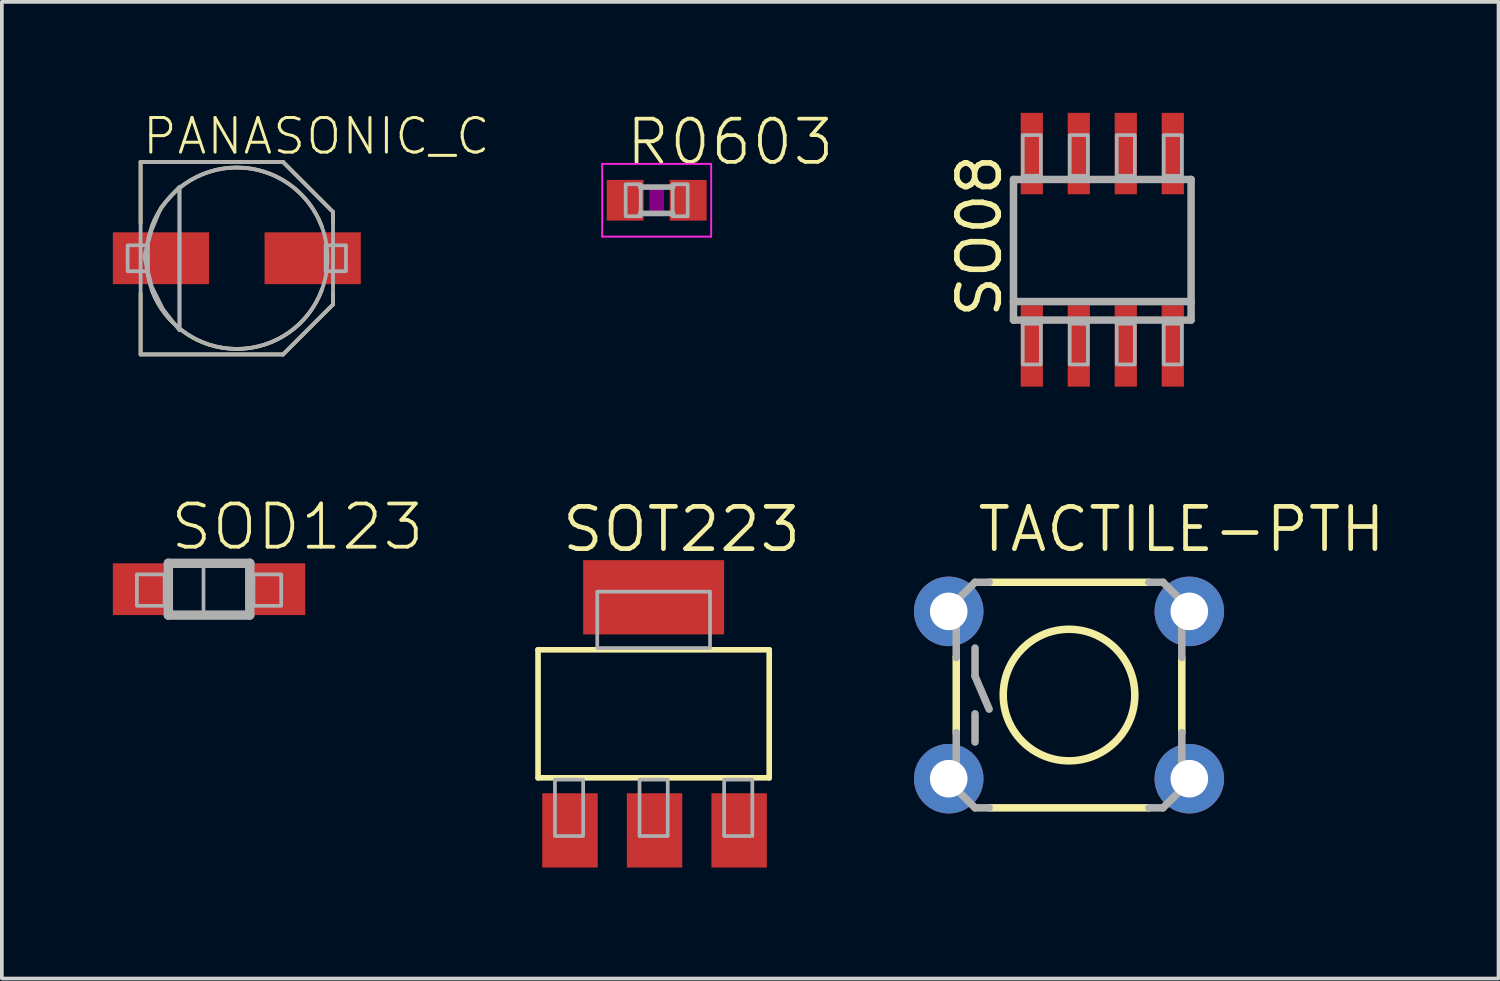
<source format=kicad_pcb>
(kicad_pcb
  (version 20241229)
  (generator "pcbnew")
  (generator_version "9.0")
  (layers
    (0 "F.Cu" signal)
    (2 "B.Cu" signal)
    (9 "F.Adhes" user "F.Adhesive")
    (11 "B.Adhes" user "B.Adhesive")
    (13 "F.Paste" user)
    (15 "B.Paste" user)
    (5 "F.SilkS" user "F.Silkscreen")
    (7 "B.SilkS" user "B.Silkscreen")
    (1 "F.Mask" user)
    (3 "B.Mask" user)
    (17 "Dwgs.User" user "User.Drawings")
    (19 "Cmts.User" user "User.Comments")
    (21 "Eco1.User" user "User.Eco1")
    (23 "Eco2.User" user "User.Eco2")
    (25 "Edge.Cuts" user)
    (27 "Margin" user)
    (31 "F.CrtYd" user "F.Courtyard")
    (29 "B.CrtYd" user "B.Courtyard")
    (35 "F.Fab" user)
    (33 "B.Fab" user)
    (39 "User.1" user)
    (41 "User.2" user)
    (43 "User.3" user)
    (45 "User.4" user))
  (footprint "PANASONIC_C"
    (layer "F.Cu")
    (at 3.35 3.929)
    (property "Reference" "PANASONIC_C" (at -2.6 -2.75 0) (unlocked yes) (layer "F.SilkS") (effects (font (size 0.935 0.935) (thickness 0.081)) (justify left bottom)))
    (fp_line (start -2.6 -2.6) (end 1.25 -2.6) (stroke (width 0.102) (type solid)) (layer "F.SilkS"))
    (fp_line (start -2.6 -0.95) (end -2.6 -2.6) (stroke (width 0.102) (type solid)) (layer "F.SilkS"))
    (fp_line (start -2.6 2.6) (end -2.6 0.95) (stroke (width 0.102) (type solid)) (layer "F.SilkS"))
    (fp_line (start 1.25 -2.6) (end 2.6 -1.25) (stroke (width 0.102) (type solid)) (layer "F.SilkS"))
    (fp_line (start 1.25 2.6) (end -2.6 2.6) (stroke (width 0.102) (type solid)) (layer "F.SilkS"))
    (fp_line (start 2.6 -1.25) (end 2.6 -0.95) (stroke (width 0.102) (type solid)) (layer "F.SilkS"))
    (fp_line (start 2.6 0.95) (end 2.6 1.25) (stroke (width 0.102) (type solid)) (layer "F.SilkS"))
    (fp_line (start 2.6 1.25) (end 1.25 2.6) (stroke (width 0.102) (type solid)) (layer "F.SilkS"))
    (fp_arc (start -2.3 -0.85) (mid 0 -2.45204) (end 2.3 -0.85) (stroke (width 0.1016) (type solid)) (layer "F.SilkS"))
    (fp_arc (start 2.3 0.85) (mid 0 2.45204) (end -2.3 0.85) (stroke (width 0.1016) (type solid)) (layer "F.SilkS"))
    (fp_line (start -2.6 -2.6) (end 1.25 -2.6) (stroke (width 0.102) (type solid)) (layer "F.Fab"))
    (fp_line (start -2.6 2.6) (end -2.6 -2.6) (stroke (width 0.102) (type solid)) (layer "F.Fab"))
    (fp_line (start -1.55 -1.85) (end -1.55 1.85) (stroke (width 0.102) (type solid)) (layer "F.Fab"))
    (fp_line (start 1.25 -2.6) (end 2.6 -1.25) (stroke (width 0.102) (type solid)) (layer "F.Fab"))
    (fp_line (start 1.25 2.6) (end -2.6 2.6) (stroke (width 0.102) (type solid)) (layer "F.Fab"))
    (fp_line (start 2.6 -1.25) (end 2.6 1.25) (stroke (width 0.102) (type solid)) (layer "F.Fab"))
    (fp_line (start 2.6 1.25) (end 1.25 2.6) (stroke (width 0.102) (type solid)) (layer "F.Fab"))
    (fp_circle (center 0 0) (end 2.45 0) (stroke (width 0.102) (type solid)) (fill no) (layer "F.Fab"))
    (fp_poly (pts (xy -2.95 0.35) (xy -2.4 0.35) (xy -2.4 -0.35) (xy -2.95 -0.35)) (stroke (width 0.1) (type default)) (fill no) (layer "F.Fab"))
    (fp_poly (pts (xy 2.4 0.35) (xy 2.95 0.35) (xy 2.95 -0.35) (xy 2.4 -0.35)) (stroke (width 0.1) (type default)) (fill no) (layer "F.Fab"))
    (fp_poly (pts (xy -1.549 1.948) (xy -1.993 1.377) (xy -2.298 0.768) (xy -2.503 -0.051) (xy -2.298 -0.767) (xy -2.044 -1.377) (xy -1.549 -1.934)) (stroke (width 0.1) (type default)) (fill no) (layer "F.Fab"))
    (pad "+" smd rect (at 2.05 0) (size 2.6 1.4) (layers "F.Cu" "F.Mask" "F.Paste"))
    (pad "-" smd rect (at -2.05 0) (size 2.6 1.4) (layers "F.Cu" "F.Mask" "F.Paste")))
  (footprint "SOT223"
    (layer "F.Cu")
    (at 14.615 16.242)
    (property "Reference" "SOT223" (at -2.54 -4.318 0) (unlocked yes) (layer "F.SilkS") (effects (font (size 1.143 1.143) (thickness 0.127)) (justify left bottom)))
    (fp_line (start -3.124 -1.731) (end -3.124 1.729) (stroke (width 0.152) (type solid)) (layer "F.SilkS"))
    (fp_line (start -3.124 -1.731) (end 3.124 -1.731) (stroke (width 0.152) (type solid)) (layer "F.SilkS"))
    (fp_line (start 3.124 1.729) (end -3.124 1.729) (stroke (width 0.152) (type solid)) (layer "F.SilkS"))
    (fp_line (start 3.124 1.729) (end 3.124 -1.731) (stroke (width 0.152) (type solid)) (layer "F.SilkS"))
    (fp_poly (pts (xy -2.667 3.302) (xy -1.905 3.302) (xy -1.905 1.778) (xy -2.667 1.778)) (stroke (width 0.1) (type default)) (fill no) (layer "F.Fab"))
    (fp_poly (pts (xy -1.524 -1.778) (xy 1.524 -1.778) (xy 1.524 -3.302) (xy -1.524 -3.302)) (stroke (width 0.1) (type default)) (fill no) (layer "F.Fab"))
    (fp_poly (pts (xy -0.381 3.302) (xy 0.381 3.302) (xy 0.381 1.778) (xy -0.381 1.778)) (stroke (width 0.1) (type default)) (fill no) (layer "F.Fab"))
    (fp_poly (pts (xy 1.905 3.302) (xy 2.667 3.302) (xy 2.667 1.778) (xy 1.905 1.778)) (stroke (width 0.1) (type default)) (fill no) (layer "F.Fab"))
    (pad "1" smd rect (at -2.261 3.15) (size 1.499 2.007) (layers "F.Cu" "F.Mask" "F.Paste"))
    (pad "2" smd rect (at 0.025 3.15) (size 1.499 2.007) (layers "F.Cu" "F.Mask" "F.Paste"))
    (pad "3" smd rect (at 2.311 3.15) (size 1.499 2.007) (layers "F.Cu" "F.Mask" "F.Paste"))
    (pad "4" smd rect (at 0 -3.15) (size 3.81 2.007) (layers "F.Cu" "F.Mask" "F.Paste")))
  (footprint "TACTILE-PTH"
    (layer "F.Cu")
    (at 25.841 15.734)
    (property "Reference" "TACTILE-PTH" (at -2.54 -3.81 0) (unlocked yes) (layer "F.SilkS") (effects (font (size 1.143 1.143) (thickness 0.127)) (justify left bottom)))
    (fp_line (start -3.048 -1.028) (end -3.048 1.016) (stroke (width 0.203) (type solid)) (layer "F.SilkS"))
    (fp_line (start -2.159 3.048) (end 2.159 3.048) (stroke (width 0.203) (type solid)) (layer "F.SilkS"))
    (fp_line (start 2.159 -3.048) (end -2.159 -3.048) (stroke (width 0.203) (type solid)) (layer "F.SilkS"))
    (fp_line (start 3.048 -0.998) (end 3.048 1.016) (stroke (width 0.203) (type solid)) (layer "F.SilkS"))
    (fp_circle (center 0 0) (end 1.778 0) (stroke (width 0.203) (type solid)) (fill no) (layer "F.SilkS"))
    (fp_line (start -3.048 -2.54) (end -3.048 -1.016) (stroke (width 0.203) (type solid)) (layer "F.Fab"))
    (fp_line (start -3.048 2.54) (end -3.048 1.016) (stroke (width 0.203) (type solid)) (layer "F.Fab"))
    (fp_line (start -2.54 -3.048) (end -3.048 -2.54) (stroke (width 0.203) (type solid)) (layer "F.Fab"))
    (fp_line (start -2.54 -3.048) (end -2.159 -3.048) (stroke (width 0.203) (type solid)) (layer "F.Fab"))
    (fp_line (start -2.54 -1.27) (end -2.54 -0.508) (stroke (width 0.203) (type solid)) (layer "F.Fab"))
    (fp_line (start -2.54 -0.508) (end -2.159 0.381) (stroke (width 0.203) (type solid)) (layer "F.Fab"))
    (fp_line (start -2.54 0.508) (end -2.54 1.27) (stroke (width 0.203) (type solid)) (layer "F.Fab"))
    (fp_line (start -2.54 3.048) (end -3.048 2.54) (stroke (width 0.203) (type solid)) (layer "F.Fab"))
    (fp_line (start -2.54 3.048) (end -2.159 3.048) (stroke (width 0.203) (type solid)) (layer "F.Fab"))
    (fp_line (start 2.54 -3.048) (end 2.159 -3.048) (stroke (width 0.203) (type solid)) (layer "F.Fab"))
    (fp_line (start 2.54 3.048) (end 2.159 3.048) (stroke (width 0.203) (type solid)) (layer "F.Fab"))
    (fp_line (start 2.54 3.048) (end 3.048 2.54) (stroke (width 0.203) (type solid)) (layer "F.Fab"))
    (fp_line (start 3.048 -2.54) (end 2.54 -3.048) (stroke (width 0.203) (type solid)) (layer "F.Fab"))
    (fp_line (start 3.048 -1.016) (end 3.048 -2.54) (stroke (width 0.203) (type solid)) (layer "F.Fab"))
    (fp_line (start 3.048 2.54) (end 3.048 1.016) (stroke (width 0.203) (type solid)) (layer "F.Fab"))
    (pad "1" thru_hole circle (at -3.251 -2.261) (size 1.88 1.88) (drill 1.016) (layers "*.Cu" "*.Mask"))
    (pad "2" thru_hole circle (at 3.251 -2.261) (size 1.88 1.88) (drill 1.016) (layers "*.Cu" "*.Mask"))
    (pad "3" thru_hole circle (at -3.251 2.261) (size 1.88 1.88) (drill 1.016) (layers "*.Cu" "*.Mask"))
    (pad "4" thru_hole circle (at 3.251 2.261) (size 1.88 1.88) (drill 1.016) (layers "*.Cu" "*.Mask")))
  (footprint "SOD123"
    (layer "F.Cu")
    (at 2.6 12.873)
    (property "Reference" "SOD123" (at -1.1 -1 0) (unlocked yes) (layer "F.SilkS") (effects (font (size 1.168 1.168) (thickness 0.102)) (justify left bottom)))
    (fp_line (start -1.1 -0.7) (end 1.1 -0.7) (stroke (width 0.254) (type solid)) (layer "F.Fab"))
    (fp_line (start -1.1 0.7) (end -1.1 -0.7) (stroke (width 0.254) (type solid)) (layer "F.Fab"))
    (fp_line (start 1.1 -0.7) (end 1.1 0.7) (stroke (width 0.254) (type solid)) (layer "F.Fab"))
    (fp_line (start 1.1 0.7) (end -1.1 0.7) (stroke (width 0.254) (type solid)) (layer "F.Fab"))
    (fp_poly (pts (xy -1.95 0.45) (xy -1.2 0.45) (xy -1.2 -0.4) (xy -1.95 -0.4)) (stroke (width 0.1) (type default)) (fill no) (layer "F.Fab"))
    (fp_poly (pts (xy -1.05 0.65) (xy -0.15 0.65) (xy -0.15 -0.7) (xy -1.05 -0.7)) (stroke (width 0.1) (type default)) (fill no) (layer "F.Fab"))
    (fp_poly (pts (xy 1.2 0.45) (xy 1.95 0.45) (xy 1.95 -0.4) (xy 1.2 -0.4)) (stroke (width 0.1) (type default)) (fill no) (layer "F.Fab"))
    (pad "A" smd rect (at 1.9 0) (size 1.4 1.4) (layers "F.Cu" "F.Mask" "F.Paste"))
    (pad "C" smd rect (at -1.9 0) (size 1.4 1.4) (layers "F.Cu" "F.Mask" "F.Paste")))
  (footprint "SO08"
    (layer "F.Cu")
    (at 26.74 3.7)
    (property "Reference" "SO08" (at -2.667 1.905 90) (unlocked yes) (layer "F.SilkS") (effects (font (size 1.118 1.118) (thickness 0.152)) (justify left bottom)))
    (fp_line (start -2.4 -1.9) (end 2.4 -1.9) (stroke (width 0.203) (type solid)) (layer "F.Fab"))
    (fp_line (start -2.4 1.4) (end -2.4 -1.9) (stroke (width 0.203) (type solid)) (layer "F.Fab"))
    (fp_line (start -2.4 1.9) (end -2.4 1.4) (stroke (width 0.203) (type solid)) (layer "F.Fab"))
    (fp_line (start 2.4 -1.9) (end 2.4 1.4) (stroke (width 0.203) (type solid)) (layer "F.Fab"))
    (fp_line (start 2.4 1.4) (end -2.4 1.4) (stroke (width 0.203) (type solid)) (layer "F.Fab"))
    (fp_line (start 2.4 1.4) (end 2.4 1.9) (stroke (width 0.203) (type solid)) (layer "F.Fab"))
    (fp_line (start 2.4 1.9) (end -2.4 1.9) (stroke (width 0.203) (type solid)) (layer "F.Fab"))
    (fp_poly (pts (xy -2.15 -2) (xy -1.66 -2) (xy -1.66 -3.1) (xy -2.15 -3.1)) (stroke (width 0.1) (type default)) (fill no) (layer "F.Fab"))
    (fp_poly (pts (xy -2.15 3.1) (xy -1.66 3.1) (xy -1.66 2) (xy -2.15 2)) (stroke (width 0.1) (type default)) (fill no) (layer "F.Fab"))
    (fp_poly (pts (xy -0.88 -2) (xy -0.39 -2) (xy -0.39 -3.1) (xy -0.88 -3.1)) (stroke (width 0.1) (type default)) (fill no) (layer "F.Fab"))
    (fp_poly (pts (xy -0.88 3.1) (xy -0.39 3.1) (xy -0.39 2) (xy -0.88 2)) (stroke (width 0.1) (type default)) (fill no) (layer "F.Fab"))
    (fp_poly (pts (xy 0.39 -2) (xy 0.88 -2) (xy 0.88 -3.1) (xy 0.39 -3.1)) (stroke (width 0.1) (type default)) (fill no) (layer "F.Fab"))
    (fp_poly (pts (xy 0.39 3.1) (xy 0.88 3.1) (xy 0.88 2) (xy 0.39 2)) (stroke (width 0.1) (type default)) (fill no) (layer "F.Fab"))
    (fp_poly (pts (xy 1.66 -2) (xy 2.15 -2) (xy 2.15 -3.1) (xy 1.66 -3.1)) (stroke (width 0.1) (type default)) (fill no) (layer "F.Fab"))
    (fp_poly (pts (xy 1.66 3.1) (xy 2.15 3.1) (xy 2.15 2) (xy 1.66 2)) (stroke (width 0.1) (type default)) (fill no) (layer "F.Fab"))
    (pad "1" smd rect (at -1.905 2.6) (size 0.6 2.2) (layers "F.Cu" "F.Mask" "F.Paste"))
    (pad "2" smd rect (at -0.635 2.6) (size 0.6 2.2) (layers "F.Cu" "F.Mask" "F.Paste"))
    (pad "3" smd rect (at 0.635 2.6) (size 0.6 2.2) (layers "F.Cu" "F.Mask" "F.Paste"))
    (pad "4" smd rect (at 1.905 2.6) (size 0.6 2.2) (layers "F.Cu" "F.Mask" "F.Paste"))
    (pad "5" smd rect (at 1.905 -2.6) (size 0.6 2.2) (layers "F.Cu" "F.Mask" "F.Paste"))
    (pad "6" smd rect (at 0.635 -2.6) (size 0.6 2.2) (layers "F.Cu" "F.Mask" "F.Paste"))
    (pad "7" smd rect (at -0.635 -2.6) (size 0.6 2.2) (layers "F.Cu" "F.Mask" "F.Paste"))
    (pad "8" smd rect (at -1.905 -2.6) (size 0.6 2.2) (layers "F.Cu" "F.Mask" "F.Paste")))
  (footprint "R0603"
    (layer "F.Cu")
    (at 14.697 2.362)
    (property "Reference" "R0603" (at -0.889 -0.889 0) (unlocked yes) (layer "F.SilkS") (effects (font (size 1.168 1.168) (thickness 0.102)) (justify left bottom)))
    (fp_poly (pts (xy -0.2 0.4) (xy 0.2 0.4) (xy 0.2 -0.4) (xy -0.2 -0.4)) (stroke (width 0) (type default)) (fill yes) (layer "F.Adhes"))
    (fp_line (start -1.473 -0.983) (end 1.473 -0.983) (stroke (width 0.051) (type solid)) (layer "F.CrtYd"))
    (fp_line (start -1.473 0.983) (end -1.473 -0.983) (stroke (width 0.051) (type solid)) (layer "F.CrtYd"))
    (fp_line (start 1.473 -0.983) (end 1.473 0.983) (stroke (width 0.051) (type solid)) (layer "F.CrtYd"))
    (fp_line (start 1.473 0.983) (end -1.473 0.983) (stroke (width 0.051) (type solid)) (layer "F.CrtYd"))
    (fp_line (start -0.432 0.356) (end 0.432 0.356) (stroke (width 0.152) (type solid)) (layer "F.Fab"))
    (fp_line (start 0.432 -0.356) (end -0.432 -0.356) (stroke (width 0.152) (type solid)) (layer "F.Fab"))
    (fp_poly (pts (xy -0.838 0.432) (xy -0.432 0.432) (xy -0.432 -0.432) (xy -0.838 -0.432)) (stroke (width 0.1) (type default)) (fill no) (layer "F.Fab"))
    (fp_poly (pts (xy 0.432 0.432) (xy 0.838 0.432) (xy 0.838 -0.432) (xy 0.432 -0.432)) (stroke (width 0.1) (type default)) (fill no) (layer "F.Fab"))
    (pad "1" smd rect (at -0.85 0) (size 1 1.1) (layers "F.Cu" "F.Mask" "F.Paste"))
    (pad "2" smd rect (at 0.85 0) (size 1 1.1) (layers "F.Cu" "F.Mask" "F.Paste")))
  (gr_rect
    (start -3 -3)
    (end 37.448 23.395)
    (stroke (width 0.1) (type default))
    (fill no)
    (layer "Edge.Cuts")))
</source>
